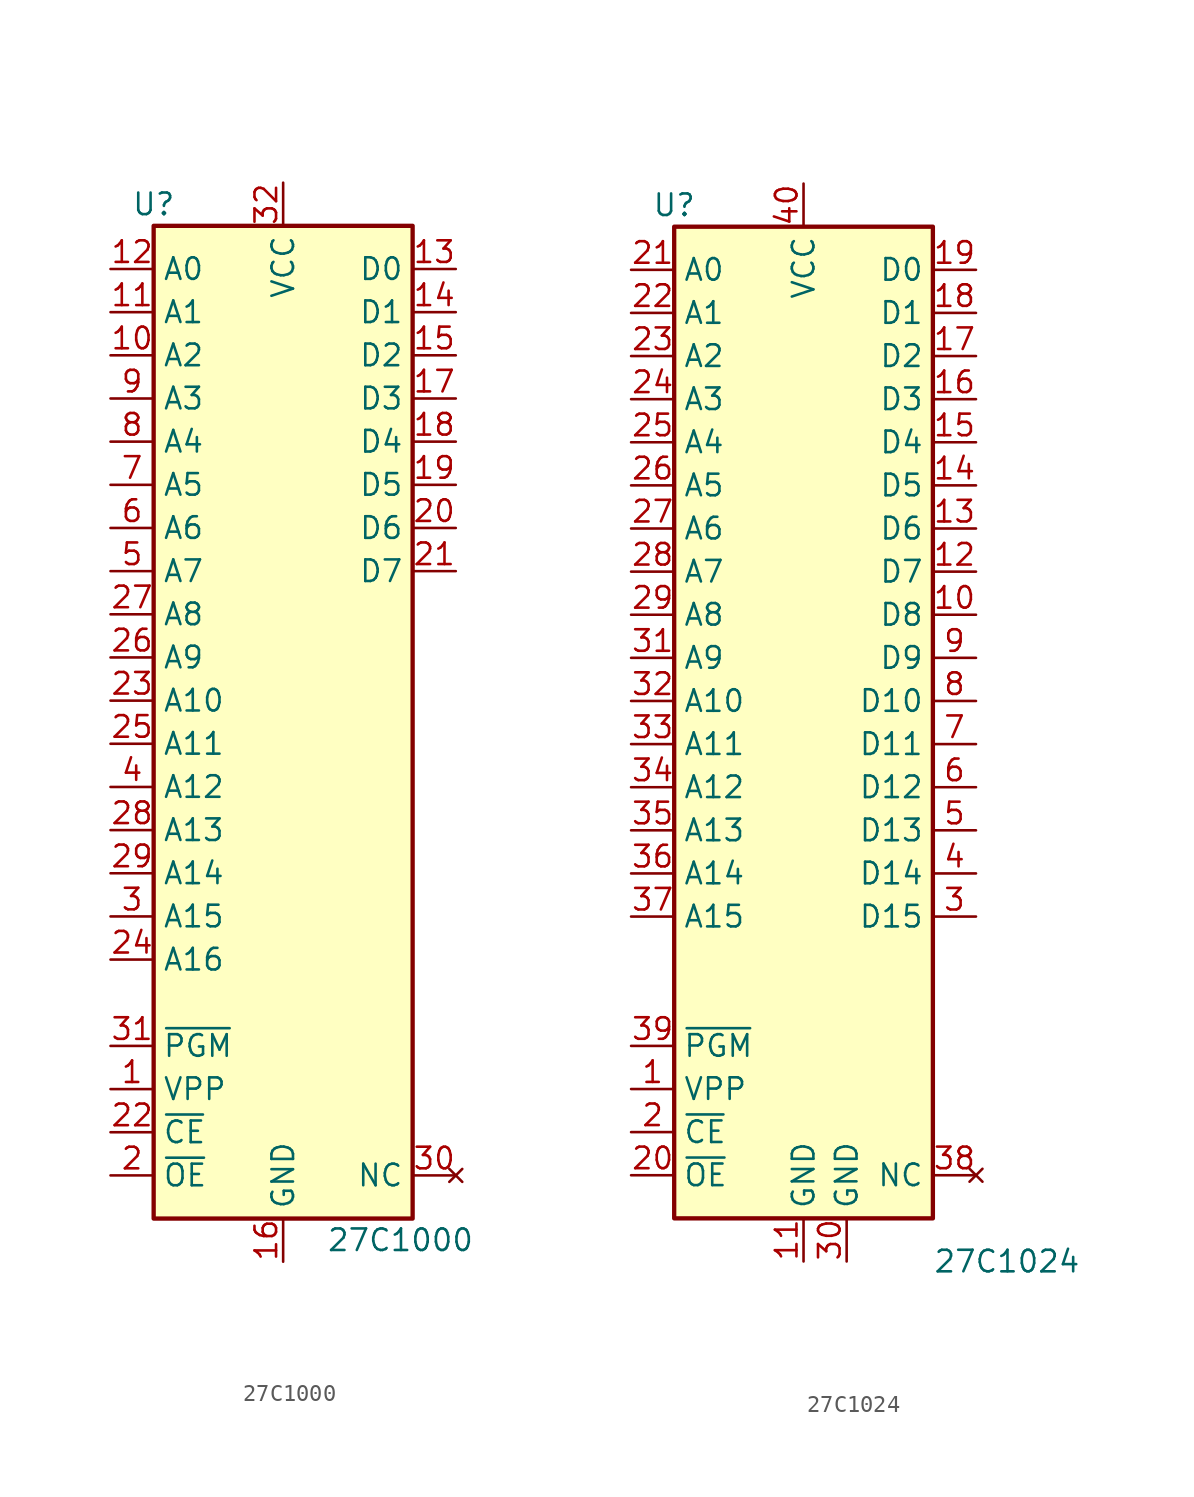
<source format=kicad_sym>
(kicad_symbol_lib
  (version 20211014)
  (generator kicad_symbol_editor)
  (symbol "27C1000"
    (property "Reference" "U"
      (at -7.62 29.21 0)
      (effects (font (size 1.27 1.27))))
    (property "Value" "27C1000"
      (at 2.54 -31.75 0)
      (effects (font (size 1.27 1.27)) (justify left)))
    (symbol "27C1000_1_1"
      (rectangle (start -7.62 27.94) (end 7.62 -30.48) (stroke (width 0.254) (type default) (color 0 0 0 0)) (fill (type background)))
      (pin input line (at -10.16 -22.86 0) (length 2.54) (name "VPP" (effects (font (size 1.27 1.27)))) (number "1" (effects (font (size 1.27 1.27)))))
      (pin input line (at -10.16 20.32 0) (length 2.54) (name "A2" (effects (font (size 1.27 1.27)))) (number "10" (effects (font (size 1.27 1.27)))))
      (pin input line (at -10.16 22.86 0) (length 2.54) (name "A1" (effects (font (size 1.27 1.27)))) (number "11" (effects (font (size 1.27 1.27)))))
      (pin input line (at -10.16 25.4 0) (length 2.54) (name "A0" (effects (font (size 1.27 1.27)))) (number "12" (effects (font (size 1.27 1.27)))))
      (pin tri_state line (at 10.16 25.4 180) (length 2.54) (name "D0" (effects (font (size 1.27 1.27)))) (number "13" (effects (font (size 1.27 1.27)))))
      (pin tri_state line (at 10.16 22.86 180) (length 2.54) (name "D1" (effects (font (size 1.27 1.27)))) (number "14" (effects (font (size 1.27 1.27)))))
      (pin tri_state line (at 10.16 20.32 180) (length 2.54) (name "D2" (effects (font (size 1.27 1.27)))) (number "15" (effects (font (size 1.27 1.27)))))
      (pin power_in line (at 0 -33.02 90) (length 2.54) (name "GND" (effects (font (size 1.27 1.27)))) (number "16" (effects (font (size 1.27 1.27)))))
      (pin tri_state line (at 10.16 17.78 180) (length 2.54) (name "D3" (effects (font (size 1.27 1.27)))) (number "17" (effects (font (size 1.27 1.27)))))
      (pin tri_state line (at 10.16 15.24 180) (length 2.54) (name "D4" (effects (font (size 1.27 1.27)))) (number "18" (effects (font (size 1.27 1.27)))))
      (pin tri_state line (at 10.16 12.7 180) (length 2.54) (name "D5" (effects (font (size 1.27 1.27)))) (number "19" (effects (font (size 1.27 1.27)))))
      (pin input line (at -10.16 -27.94 0) (length 2.54) (name "~{OE}" (effects (font (size 1.27 1.27)))) (number "2" (effects (font (size 1.27 1.27)))))
      (pin tri_state line (at 10.16 10.16 180) (length 2.54) (name "D6" (effects (font (size 1.27 1.27)))) (number "20" (effects (font (size 1.27 1.27)))))
      (pin tri_state line (at 10.16 7.62 180) (length 2.54) (name "D7" (effects (font (size 1.27 1.27)))) (number "21" (effects (font (size 1.27 1.27)))))
      (pin input line (at -10.16 -25.4 0) (length 2.54) (name "~{CE}" (effects (font (size 1.27 1.27)))) (number "22" (effects (font (size 1.27 1.27)))))
      (pin input line (at -10.16 0 0) (length 2.54) (name "A10" (effects (font (size 1.27 1.27)))) (number "23" (effects (font (size 1.27 1.27)))))
      (pin input line (at -10.16 -15.24 0) (length 2.54) (name "A16" (effects (font (size 1.27 1.27)))) (number "24" (effects (font (size 1.27 1.27)))))
      (pin input line (at -10.16 -2.54 0) (length 2.54) (name "A11" (effects (font (size 1.27 1.27)))) (number "25" (effects (font (size 1.27 1.27)))))
      (pin input line (at -10.16 2.54 0) (length 2.54) (name "A9" (effects (font (size 1.27 1.27)))) (number "26" (effects (font (size 1.27 1.27)))))
      (pin input line (at -10.16 5.08 0) (length 2.54) (name "A8" (effects (font (size 1.27 1.27)))) (number "27" (effects (font (size 1.27 1.27)))))
      (pin input line (at -10.16 -7.62 0) (length 2.54) (name "A13" (effects (font (size 1.27 1.27)))) (number "28" (effects (font (size 1.27 1.27)))))
      (pin input line (at -10.16 -10.16 0) (length 2.54) (name "A14" (effects (font (size 1.27 1.27)))) (number "29" (effects (font (size 1.27 1.27)))))
      (pin input line (at -10.16 -12.7 0) (length 2.54) (name "A15" (effects (font (size 1.27 1.27)))) (number "3" (effects (font (size 1.27 1.27)))))
      (pin no_connect line (at 10.16 -27.94 180) (length 2.54) (name "NC" (effects (font (size 1.27 1.27)))) (number "30" (effects (font (size 1.27 1.27)))))
      (pin input line (at -10.16 -20.32 0) (length 2.54) (name "~{PGM}" (effects (font (size 1.27 1.27)))) (number "31" (effects (font (size 1.27 1.27)))))
      (pin power_in line (at 0 30.48 270) (length 2.54) (name "VCC" (effects (font (size 1.27 1.27)))) (number "32" (effects (font (size 1.27 1.27)))))
      (pin input line (at -10.16 -5.08 0) (length 2.54) (name "A12" (effects (font (size 1.27 1.27)))) (number "4" (effects (font (size 1.27 1.27)))))
      (pin input line (at -10.16 7.62 0) (length 2.54) (name "A7" (effects (font (size 1.27 1.27)))) (number "5" (effects (font (size 1.27 1.27)))))
      (pin input line (at -10.16 10.16 0) (length 2.54) (name "A6" (effects (font (size 1.27 1.27)))) (number "6" (effects (font (size 1.27 1.27)))))
      (pin input line (at -10.16 12.7 0) (length 2.54) (name "A5" (effects (font (size 1.27 1.27)))) (number "7" (effects (font (size 1.27 1.27)))))
      (pin input line (at -10.16 15.24 0) (length 2.54) (name "A4" (effects (font (size 1.27 1.27)))) (number "8" (effects (font (size 1.27 1.27)))))
      (pin input line (at -10.16 17.78 0) (length 2.54) (name "A3" (effects (font (size 1.27 1.27)))) (number "9" (effects (font (size 1.27 1.27)))))))
  (symbol "27C1024"
    (property "Reference" "U"
      (at -7.62 29.21 0)
      (effects (font (size 1.27 1.27))))
    (property "Value" "27C1024"
      (at 7.62 -33.02 0)
      (effects (font (size 1.27 1.27)) (justify left)))
    (symbol "27C1024_1_1"
      (rectangle (start -7.62 27.94) (end 7.62 -30.48) (stroke (width 0.254) (type default) (color 0 0 0 0)) (fill (type background)))
      (pin input line (at -10.16 -22.86 0) (length 2.54) (name "VPP" (effects (font (size 1.27 1.27)))) (number "1" (effects (font (size 1.27 1.27)))))
      (pin bidirectional line (at 10.16 5.08 180) (length 2.54) (name "D8" (effects (font (size 1.27 1.27)))) (number "10" (effects (font (size 1.27 1.27)))))
      (pin power_in line (at 0 -33.02 90) (length 2.54) (name "GND" (effects (font (size 1.27 1.27)))) (number "11" (effects (font (size 1.27 1.27)))))
      (pin bidirectional line (at 10.16 7.62 180) (length 2.54) (name "D7" (effects (font (size 1.27 1.27)))) (number "12" (effects (font (size 1.27 1.27)))))
      (pin bidirectional line (at 10.16 10.16 180) (length 2.54) (name "D6" (effects (font (size 1.27 1.27)))) (number "13" (effects (font (size 1.27 1.27)))))
      (pin bidirectional line (at 10.16 12.7 180) (length 2.54) (name "D5" (effects (font (size 1.27 1.27)))) (number "14" (effects (font (size 1.27 1.27)))))
      (pin bidirectional line (at 10.16 15.24 180) (length 2.54) (name "D4" (effects (font (size 1.27 1.27)))) (number "15" (effects (font (size 1.27 1.27)))))
      (pin bidirectional line (at 10.16 17.78 180) (length 2.54) (name "D3" (effects (font (size 1.27 1.27)))) (number "16" (effects (font (size 1.27 1.27)))))
      (pin bidirectional line (at 10.16 20.32 180) (length 2.54) (name "D2" (effects (font (size 1.27 1.27)))) (number "17" (effects (font (size 1.27 1.27)))))
      (pin bidirectional line (at 10.16 22.86 180) (length 2.54) (name "D1" (effects (font (size 1.27 1.27)))) (number "18" (effects (font (size 1.27 1.27)))))
      (pin bidirectional line (at 10.16 25.4 180) (length 2.54) (name "D0" (effects (font (size 1.27 1.27)))) (number "19" (effects (font (size 1.27 1.27)))))
      (pin input line (at -10.16 -25.4 0) (length 2.54) (name "~{CE}" (effects (font (size 1.27 1.27)))) (number "2" (effects (font (size 1.27 1.27)))))
      (pin input line (at -10.16 -27.94 0) (length 2.54) (name "~{OE}" (effects (font (size 1.27 1.27)))) (number "20" (effects (font (size 1.27 1.27)))))
      (pin input line (at -10.16 25.4 0) (length 2.54) (name "A0" (effects (font (size 1.27 1.27)))) (number "21" (effects (font (size 1.27 1.27)))))
      (pin input line (at -10.16 22.86 0) (length 2.54) (name "A1" (effects (font (size 1.27 1.27)))) (number "22" (effects (font (size 1.27 1.27)))))
      (pin input line (at -10.16 20.32 0) (length 2.54) (name "A2" (effects (font (size 1.27 1.27)))) (number "23" (effects (font (size 1.27 1.27)))))
      (pin input line (at -10.16 17.78 0) (length 2.54) (name "A3" (effects (font (size 1.27 1.27)))) (number "24" (effects (font (size 1.27 1.27)))))
      (pin input line (at -10.16 15.24 0) (length 2.54) (name "A4" (effects (font (size 1.27 1.27)))) (number "25" (effects (font (size 1.27 1.27)))))
      (pin input line (at -10.16 12.7 0) (length 2.54) (name "A5" (effects (font (size 1.27 1.27)))) (number "26" (effects (font (size 1.27 1.27)))))
      (pin input line (at -10.16 10.16 0) (length 2.54) (name "A6" (effects (font (size 1.27 1.27)))) (number "27" (effects (font (size 1.27 1.27)))))
      (pin input line (at -10.16 7.62 0) (length 2.54) (name "A7" (effects (font (size 1.27 1.27)))) (number "28" (effects (font (size 1.27 1.27)))))
      (pin input line (at -10.16 5.08 0) (length 2.54) (name "A8" (effects (font (size 1.27 1.27)))) (number "29" (effects (font (size 1.27 1.27)))))
      (pin bidirectional line (at 10.16 -12.7 180) (length 2.54) (name "D15" (effects (font (size 1.27 1.27)))) (number "3" (effects (font (size 1.27 1.27)))))
      (pin power_in line (at 2.54 -33.02 90) (length 2.54) (name "GND" (effects (font (size 1.27 1.27)))) (number "30" (effects (font (size 1.27 1.27)))))
      (pin input line (at -10.16 2.54 0) (length 2.54) (name "A9" (effects (font (size 1.27 1.27)))) (number "31" (effects (font (size 1.27 1.27)))))
      (pin input line (at -10.16 0 0) (length 2.54) (name "A10" (effects (font (size 1.27 1.27)))) (number "32" (effects (font (size 1.27 1.27)))))
      (pin input line (at -10.16 -2.54 0) (length 2.54) (name "A11" (effects (font (size 1.27 1.27)))) (number "33" (effects (font (size 1.27 1.27)))))
      (pin input line (at -10.16 -5.08 0) (length 2.54) (name "A12" (effects (font (size 1.27 1.27)))) (number "34" (effects (font (size 1.27 1.27)))))
      (pin input line (at -10.16 -7.62 0) (length 2.54) (name "A13" (effects (font (size 1.27 1.27)))) (number "35" (effects (font (size 1.27 1.27)))))
      (pin input line (at -10.16 -10.16 0) (length 2.54) (name "A14" (effects (font (size 1.27 1.27)))) (number "36" (effects (font (size 1.27 1.27)))))
      (pin input line (at -10.16 -12.7 0) (length 2.54) (name "A15" (effects (font (size 1.27 1.27)))) (number "37" (effects (font (size 1.27 1.27)))))
      (pin no_connect line (at 10.16 -27.94 180) (length 2.54) (name "NC" (effects (font (size 1.27 1.27)))) (number "38" (effects (font (size 1.27 1.27)))))
      (pin input line (at -10.16 -20.32 0) (length 2.54) (name "~{PGM}" (effects (font (size 1.27 1.27)))) (number "39" (effects (font (size 1.27 1.27)))))
      (pin bidirectional line (at 10.16 -10.16 180) (length 2.54) (name "D14" (effects (font (size 1.27 1.27)))) (number "4" (effects (font (size 1.27 1.27)))))
      (pin power_in line (at 0 30.48 270) (length 2.54) (name "VCC" (effects (font (size 1.27 1.27)))) (number "40" (effects (font (size 1.27 1.27)))))
      (pin bidirectional line (at 10.16 -7.62 180) (length 2.54) (name "D13" (effects (font (size 1.27 1.27)))) (number "5" (effects (font (size 1.27 1.27)))))
      (pin bidirectional line (at 10.16 -5.08 180) (length 2.54) (name "D12" (effects (font (size 1.27 1.27)))) (number "6" (effects (font (size 1.27 1.27)))))
      (pin bidirectional line (at 10.16 -2.54 180) (length 2.54) (name "D11" (effects (font (size 1.27 1.27)))) (number "7" (effects (font (size 1.27 1.27)))))
      (pin bidirectional line (at 10.16 0 180) (length 2.54) (name "D10" (effects (font (size 1.27 1.27)))) (number "8" (effects (font (size 1.27 1.27)))))
      (pin bidirectional line (at 10.16 2.54 180) (length 2.54) (name "D9" (effects (font (size 1.27 1.27)))) (number "9" (effects (font (size 1.27 1.27))))))))
</source>
